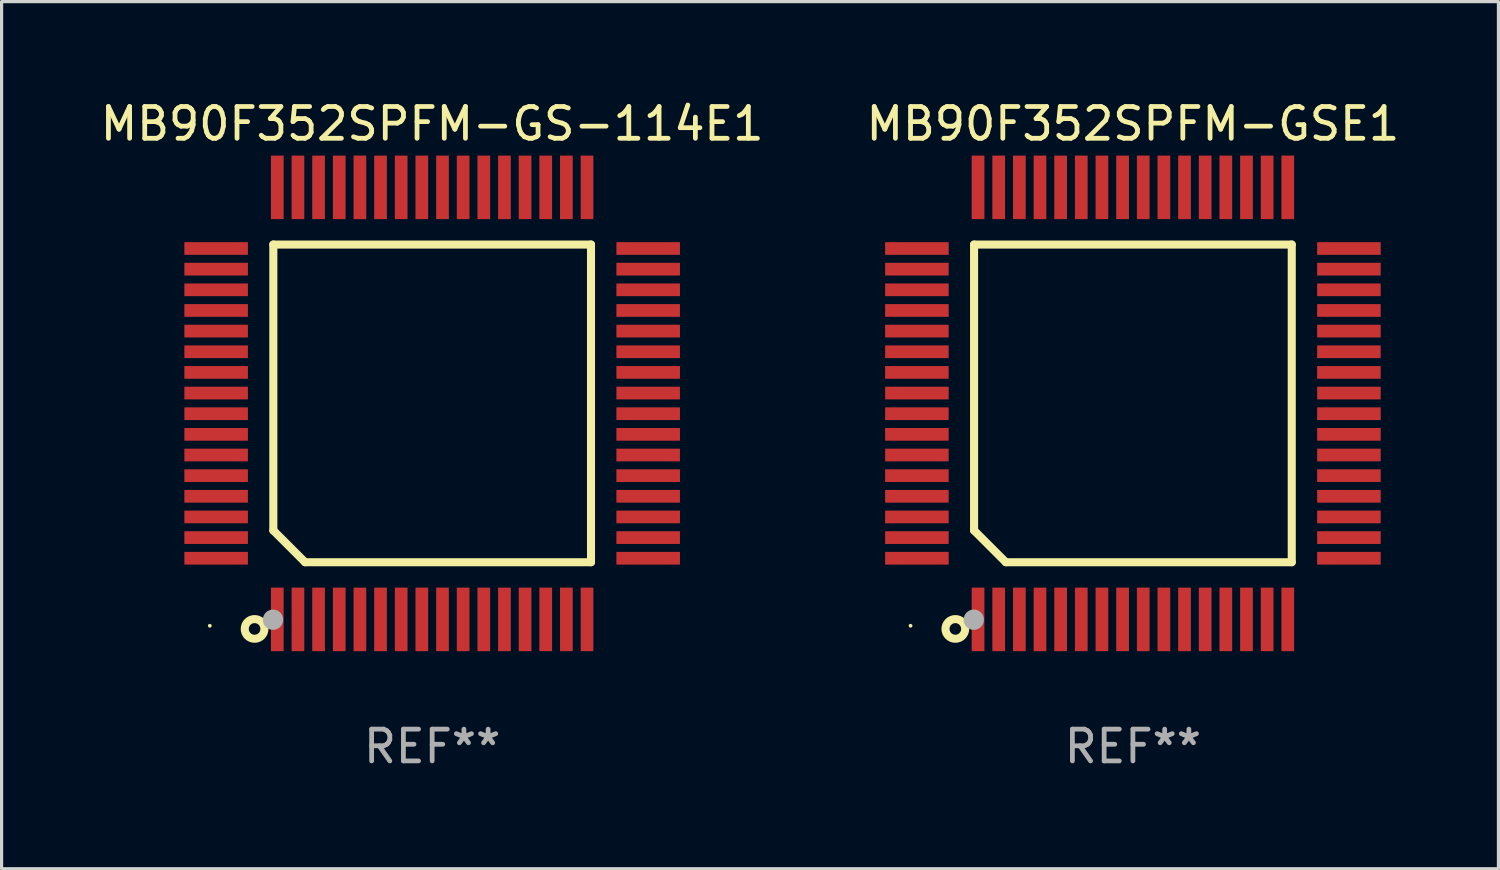
<source format=kicad_pcb>
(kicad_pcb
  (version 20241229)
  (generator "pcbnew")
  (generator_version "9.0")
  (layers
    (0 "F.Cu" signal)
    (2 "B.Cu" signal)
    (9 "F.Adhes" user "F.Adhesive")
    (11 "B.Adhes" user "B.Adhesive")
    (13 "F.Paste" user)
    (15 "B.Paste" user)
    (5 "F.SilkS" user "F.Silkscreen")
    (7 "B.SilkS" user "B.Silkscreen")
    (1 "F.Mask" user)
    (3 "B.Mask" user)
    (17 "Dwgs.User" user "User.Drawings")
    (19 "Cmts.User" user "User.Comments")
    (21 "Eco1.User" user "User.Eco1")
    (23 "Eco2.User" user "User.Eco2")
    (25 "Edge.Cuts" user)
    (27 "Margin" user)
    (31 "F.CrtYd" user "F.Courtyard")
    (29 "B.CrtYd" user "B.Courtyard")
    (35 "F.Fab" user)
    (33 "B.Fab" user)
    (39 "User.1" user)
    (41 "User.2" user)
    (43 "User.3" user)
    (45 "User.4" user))
  (footprint "MB90F352SPFM-GSE1"
    (layer "F.Cu")
    (at 32.613 9.648)
    (property "Reference" "MB90F352SPFM-GSE1" (at 0 -8.8 0) (layer "F.SilkS") (effects (font (size 1 1) (thickness 0.15))))
    (attr through_hole)
    (fp_line (start -5 -5) (end 5 -5) (stroke (width 0.254) (type solid)) (layer "F.SilkS"))
    (fp_line (start -5 4) (end -5 -5) (stroke (width 0.254) (type solid)) (layer "F.SilkS"))
    (fp_line (start -4 5) (end -5 4) (stroke (width 0.254) (type solid)) (layer "F.SilkS"))
    (fp_line (start 5 -5) (end 5 5) (stroke (width 0.254) (type solid)) (layer "F.SilkS"))
    (fp_line (start 5 5) (end -4 5) (stroke (width 0.254) (type solid)) (layer "F.SilkS"))
    (fp_circle (center -7 7) (end -6.97 7) (stroke (width 0.06) (type solid)) (fill no) (layer "F.SilkS"))
    (fp_circle (center -5.59 7.1) (end -5.28 7.1) (stroke (width 0.254) (type solid)) (fill no) (layer "F.SilkS"))
    (fp_circle (center -5.01 6.81) (end -4.85 6.81) (stroke (width 0.32) (type solid)) (fill no) (layer "F.Fab"))
    (fp_text user "REF**" (at 0 10.8 0) (layer "F.Fab") (effects (font (size 1 1) (thickness 0.15))))
    (pad "1" smd rect (at -4.875 6.8) (size 0.4 2) (layers "F.Cu" "F.Mask" "F.Paste"))
    (pad "2" smd rect (at -4.225 6.8) (size 0.4 2) (layers "F.Cu" "F.Mask" "F.Paste"))
    (pad "3" smd rect (at -3.575 6.8) (size 0.4 2) (layers "F.Cu" "F.Mask" "F.Paste"))
    (pad "4" smd rect (at -2.925 6.8) (size 0.4 2) (layers "F.Cu" "F.Mask" "F.Paste"))
    (pad "5" smd rect (at -2.275 6.8) (size 0.4 2) (layers "F.Cu" "F.Mask" "F.Paste"))
    (pad "6" smd rect (at -1.625 6.8) (size 0.4 2) (layers "F.Cu" "F.Mask" "F.Paste"))
    (pad "7" smd rect (at -0.975 6.8) (size 0.4 2) (layers "F.Cu" "F.Mask" "F.Paste"))
    (pad "8" smd rect (at -0.325 6.8) (size 0.4 2) (layers "F.Cu" "F.Mask" "F.Paste"))
    (pad "9" smd rect (at 0.325 6.8) (size 0.4 2) (layers "F.Cu" "F.Mask" "F.Paste"))
    (pad "10" smd rect (at 0.975 6.8) (size 0.4 2) (layers "F.Cu" "F.Mask" "F.Paste"))
    (pad "11" smd rect (at 1.625 6.8) (size 0.4 2) (layers "F.Cu" "F.Mask" "F.Paste"))
    (pad "12" smd rect (at 2.275 6.8) (size 0.4 2) (layers "F.Cu" "F.Mask" "F.Paste"))
    (pad "13" smd rect (at 2.925 6.8) (size 0.4 2) (layers "F.Cu" "F.Mask" "F.Paste"))
    (pad "14" smd rect (at 3.575 6.8) (size 0.4 2) (layers "F.Cu" "F.Mask" "F.Paste"))
    (pad "15" smd rect (at 4.225 6.8) (size 0.4 2) (layers "F.Cu" "F.Mask" "F.Paste"))
    (pad "16" smd rect (at 4.875 6.8) (size 0.4 2) (layers "F.Cu" "F.Mask" "F.Paste"))
    (pad "17" smd rect (at 6.8 4.875) (size 2 0.4) (layers "F.Cu" "F.Mask" "F.Paste"))
    (pad "18" smd rect (at 6.8 4.225) (size 2 0.4) (layers "F.Cu" "F.Mask" "F.Paste"))
    (pad "19" smd rect (at 6.8 3.575) (size 2 0.4) (layers "F.Cu" "F.Mask" "F.Paste"))
    (pad "20" smd rect (at 6.8 2.925) (size 2 0.4) (layers "F.Cu" "F.Mask" "F.Paste"))
    (pad "21" smd rect (at 6.8 2.275) (size 2 0.4) (layers "F.Cu" "F.Mask" "F.Paste"))
    (pad "22" smd rect (at 6.8 1.625) (size 2 0.4) (layers "F.Cu" "F.Mask" "F.Paste"))
    (pad "23" smd rect (at 6.8 0.975) (size 2 0.4) (layers "F.Cu" "F.Mask" "F.Paste"))
    (pad "24" smd rect (at 6.8 0.325) (size 2 0.4) (layers "F.Cu" "F.Mask" "F.Paste"))
    (pad "25" smd rect (at 6.8 -0.325) (size 2 0.4) (layers "F.Cu" "F.Mask" "F.Paste"))
    (pad "26" smd rect (at 6.8 -0.975) (size 2 0.4) (layers "F.Cu" "F.Mask" "F.Paste"))
    (pad "27" smd rect (at 6.8 -1.625) (size 2 0.4) (layers "F.Cu" "F.Mask" "F.Paste"))
    (pad "28" smd rect (at 6.8 -2.275) (size 2 0.4) (layers "F.Cu" "F.Mask" "F.Paste"))
    (pad "29" smd rect (at 6.8 -2.925) (size 2 0.4) (layers "F.Cu" "F.Mask" "F.Paste"))
    (pad "30" smd rect (at 6.8 -3.575) (size 2 0.4) (layers "F.Cu" "F.Mask" "F.Paste"))
    (pad "31" smd rect (at 6.8 -4.225) (size 2 0.4) (layers "F.Cu" "F.Mask" "F.Paste"))
    (pad "32" smd rect (at 6.8 -4.875) (size 2 0.4) (layers "F.Cu" "F.Mask" "F.Paste"))
    (pad "33" smd rect (at 4.875 -6.8) (size 0.4 2) (layers "F.Cu" "F.Mask" "F.Paste"))
    (pad "34" smd rect (at 4.225 -6.8) (size 0.4 2) (layers "F.Cu" "F.Mask" "F.Paste"))
    (pad "35" smd rect (at 3.575 -6.8) (size 0.4 2) (layers "F.Cu" "F.Mask" "F.Paste"))
    (pad "36" smd rect (at 2.925 -6.8) (size 0.4 2) (layers "F.Cu" "F.Mask" "F.Paste"))
    (pad "37" smd rect (at 2.275 -6.8) (size 0.4 2) (layers "F.Cu" "F.Mask" "F.Paste"))
    (pad "38" smd rect (at 1.625 -6.8) (size 0.4 2) (layers "F.Cu" "F.Mask" "F.Paste"))
    (pad "39" smd rect (at 0.975 -6.8) (size 0.4 2) (layers "F.Cu" "F.Mask" "F.Paste"))
    (pad "40" smd rect (at 0.325 -6.8) (size 0.4 2) (layers "F.Cu" "F.Mask" "F.Paste"))
    (pad "41" smd rect (at -0.325 -6.8) (size 0.4 2) (layers "F.Cu" "F.Mask" "F.Paste"))
    (pad "42" smd rect (at -0.975 -6.8) (size 0.4 2) (layers "F.Cu" "F.Mask" "F.Paste"))
    (pad "43" smd rect (at -1.625 -6.8) (size 0.4 2) (layers "F.Cu" "F.Mask" "F.Paste"))
    (pad "44" smd rect (at -2.275 -6.8) (size 0.4 2) (layers "F.Cu" "F.Mask" "F.Paste"))
    (pad "45" smd rect (at -2.925 -6.8) (size 0.4 2) (layers "F.Cu" "F.Mask" "F.Paste"))
    (pad "46" smd rect (at -3.575 -6.8) (size 0.4 2) (layers "F.Cu" "F.Mask" "F.Paste"))
    (pad "47" smd rect (at -4.225 -6.8) (size 0.4 2) (layers "F.Cu" "F.Mask" "F.Paste"))
    (pad "48" smd rect (at -4.875 -6.8) (size 0.4 2) (layers "F.Cu" "F.Mask" "F.Paste"))
    (pad "49" smd rect (at -6.8 -4.875) (size 2 0.4) (layers "F.Cu" "F.Mask" "F.Paste"))
    (pad "50" smd rect (at -6.8 -4.225) (size 2 0.4) (layers "F.Cu" "F.Mask" "F.Paste"))
    (pad "51" smd rect (at -6.8 -3.575) (size 2 0.4) (layers "F.Cu" "F.Mask" "F.Paste"))
    (pad "52" smd rect (at -6.8 -2.925) (size 2 0.4) (layers "F.Cu" "F.Mask" "F.Paste"))
    (pad "53" smd rect (at -6.8 -2.275) (size 2 0.4) (layers "F.Cu" "F.Mask" "F.Paste"))
    (pad "54" smd rect (at -6.8 -1.625) (size 2 0.4) (layers "F.Cu" "F.Mask" "F.Paste"))
    (pad "55" smd rect (at -6.8 -0.975) (size 2 0.4) (layers "F.Cu" "F.Mask" "F.Paste"))
    (pad "56" smd rect (at -6.8 -0.325) (size 2 0.4) (layers "F.Cu" "F.Mask" "F.Paste"))
    (pad "57" smd rect (at -6.8 0.325) (size 2 0.4) (layers "F.Cu" "F.Mask" "F.Paste"))
    (pad "58" smd rect (at -6.8 0.975) (size 2 0.4) (layers "F.Cu" "F.Mask" "F.Paste"))
    (pad "59" smd rect (at -6.8 1.625) (size 2 0.4) (layers "F.Cu" "F.Mask" "F.Paste"))
    (pad "60" smd rect (at -6.8 2.275) (size 2 0.4) (layers "F.Cu" "F.Mask" "F.Paste"))
    (pad "61" smd rect (at -6.8 2.925) (size 2 0.4) (layers "F.Cu" "F.Mask" "F.Paste"))
    (pad "62" smd rect (at -6.8 3.575) (size 2 0.4) (layers "F.Cu" "F.Mask" "F.Paste"))
    (pad "63" smd rect (at -6.8 4.225) (size 2 0.4) (layers "F.Cu" "F.Mask" "F.Paste"))
    (pad "64" smd rect (at -6.8 4.875) (size 2 0.4) (layers "F.Cu" "F.Mask" "F.Paste")))
  (footprint "MB90F352SPFM-GS-114E1"
    (layer "F.Cu")
    (at 10.554 9.648)
    (property "Reference" "MB90F352SPFM-GS-114E1" (at 0 -8.8 0) (layer "F.SilkS") (effects (font (size 1 1) (thickness 0.15))))
    (attr through_hole)
    (fp_line (start -5 -5) (end 5 -5) (stroke (width 0.254) (type solid)) (layer "F.SilkS"))
    (fp_line (start -5 4) (end -5 -5) (stroke (width 0.254) (type solid)) (layer "F.SilkS"))
    (fp_line (start -4 5) (end -5 4) (stroke (width 0.254) (type solid)) (layer "F.SilkS"))
    (fp_line (start 5 -5) (end 5 5) (stroke (width 0.254) (type solid)) (layer "F.SilkS"))
    (fp_line (start 5 5) (end -4 5) (stroke (width 0.254) (type solid)) (layer "F.SilkS"))
    (fp_circle (center -7 7) (end -6.97 7) (stroke (width 0.06) (type solid)) (fill no) (layer "F.SilkS"))
    (fp_circle (center -5.59 7.1) (end -5.28 7.1) (stroke (width 0.254) (type solid)) (fill no) (layer "F.SilkS"))
    (fp_circle (center -5.01 6.81) (end -4.85 6.81) (stroke (width 0.32) (type solid)) (fill no) (layer "F.Fab"))
    (fp_text user "REF**" (at 0 10.8 0) (layer "F.Fab") (effects (font (size 1 1) (thickness 0.15))))
    (pad "1" smd rect (at -4.875 6.8) (size 0.4 2) (layers "F.Cu" "F.Mask" "F.Paste"))
    (pad "2" smd rect (at -4.225 6.8) (size 0.4 2) (layers "F.Cu" "F.Mask" "F.Paste"))
    (pad "3" smd rect (at -3.575 6.8) (size 0.4 2) (layers "F.Cu" "F.Mask" "F.Paste"))
    (pad "4" smd rect (at -2.925 6.8) (size 0.4 2) (layers "F.Cu" "F.Mask" "F.Paste"))
    (pad "5" smd rect (at -2.275 6.8) (size 0.4 2) (layers "F.Cu" "F.Mask" "F.Paste"))
    (pad "6" smd rect (at -1.625 6.8) (size 0.4 2) (layers "F.Cu" "F.Mask" "F.Paste"))
    (pad "7" smd rect (at -0.975 6.8) (size 0.4 2) (layers "F.Cu" "F.Mask" "F.Paste"))
    (pad "8" smd rect (at -0.325 6.8) (size 0.4 2) (layers "F.Cu" "F.Mask" "F.Paste"))
    (pad "9" smd rect (at 0.325 6.8) (size 0.4 2) (layers "F.Cu" "F.Mask" "F.Paste"))
    (pad "10" smd rect (at 0.975 6.8) (size 0.4 2) (layers "F.Cu" "F.Mask" "F.Paste"))
    (pad "11" smd rect (at 1.625 6.8) (size 0.4 2) (layers "F.Cu" "F.Mask" "F.Paste"))
    (pad "12" smd rect (at 2.275 6.8) (size 0.4 2) (layers "F.Cu" "F.Mask" "F.Paste"))
    (pad "13" smd rect (at 2.925 6.8) (size 0.4 2) (layers "F.Cu" "F.Mask" "F.Paste"))
    (pad "14" smd rect (at 3.575 6.8) (size 0.4 2) (layers "F.Cu" "F.Mask" "F.Paste"))
    (pad "15" smd rect (at 4.225 6.8) (size 0.4 2) (layers "F.Cu" "F.Mask" "F.Paste"))
    (pad "16" smd rect (at 4.875 6.8) (size 0.4 2) (layers "F.Cu" "F.Mask" "F.Paste"))
    (pad "17" smd rect (at 6.8 4.875) (size 2 0.4) (layers "F.Cu" "F.Mask" "F.Paste"))
    (pad "18" smd rect (at 6.8 4.225) (size 2 0.4) (layers "F.Cu" "F.Mask" "F.Paste"))
    (pad "19" smd rect (at 6.8 3.575) (size 2 0.4) (layers "F.Cu" "F.Mask" "F.Paste"))
    (pad "20" smd rect (at 6.8 2.925) (size 2 0.4) (layers "F.Cu" "F.Mask" "F.Paste"))
    (pad "21" smd rect (at 6.8 2.275) (size 2 0.4) (layers "F.Cu" "F.Mask" "F.Paste"))
    (pad "22" smd rect (at 6.8 1.625) (size 2 0.4) (layers "F.Cu" "F.Mask" "F.Paste"))
    (pad "23" smd rect (at 6.8 0.975) (size 2 0.4) (layers "F.Cu" "F.Mask" "F.Paste"))
    (pad "24" smd rect (at 6.8 0.325) (size 2 0.4) (layers "F.Cu" "F.Mask" "F.Paste"))
    (pad "25" smd rect (at 6.8 -0.325) (size 2 0.4) (layers "F.Cu" "F.Mask" "F.Paste"))
    (pad "26" smd rect (at 6.8 -0.975) (size 2 0.4) (layers "F.Cu" "F.Mask" "F.Paste"))
    (pad "27" smd rect (at 6.8 -1.625) (size 2 0.4) (layers "F.Cu" "F.Mask" "F.Paste"))
    (pad "28" smd rect (at 6.8 -2.275) (size 2 0.4) (layers "F.Cu" "F.Mask" "F.Paste"))
    (pad "29" smd rect (at 6.8 -2.925) (size 2 0.4) (layers "F.Cu" "F.Mask" "F.Paste"))
    (pad "30" smd rect (at 6.8 -3.575) (size 2 0.4) (layers "F.Cu" "F.Mask" "F.Paste"))
    (pad "31" smd rect (at 6.8 -4.225) (size 2 0.4) (layers "F.Cu" "F.Mask" "F.Paste"))
    (pad "32" smd rect (at 6.8 -4.875) (size 2 0.4) (layers "F.Cu" "F.Mask" "F.Paste"))
    (pad "33" smd rect (at 4.875 -6.8) (size 0.4 2) (layers "F.Cu" "F.Mask" "F.Paste"))
    (pad "34" smd rect (at 4.225 -6.8) (size 0.4 2) (layers "F.Cu" "F.Mask" "F.Paste"))
    (pad "35" smd rect (at 3.575 -6.8) (size 0.4 2) (layers "F.Cu" "F.Mask" "F.Paste"))
    (pad "36" smd rect (at 2.925 -6.8) (size 0.4 2) (layers "F.Cu" "F.Mask" "F.Paste"))
    (pad "37" smd rect (at 2.275 -6.8) (size 0.4 2) (layers "F.Cu" "F.Mask" "F.Paste"))
    (pad "38" smd rect (at 1.625 -6.8) (size 0.4 2) (layers "F.Cu" "F.Mask" "F.Paste"))
    (pad "39" smd rect (at 0.975 -6.8) (size 0.4 2) (layers "F.Cu" "F.Mask" "F.Paste"))
    (pad "40" smd rect (at 0.325 -6.8) (size 0.4 2) (layers "F.Cu" "F.Mask" "F.Paste"))
    (pad "41" smd rect (at -0.325 -6.8) (size 0.4 2) (layers "F.Cu" "F.Mask" "F.Paste"))
    (pad "42" smd rect (at -0.975 -6.8) (size 0.4 2) (layers "F.Cu" "F.Mask" "F.Paste"))
    (pad "43" smd rect (at -1.625 -6.8) (size 0.4 2) (layers "F.Cu" "F.Mask" "F.Paste"))
    (pad "44" smd rect (at -2.275 -6.8) (size 0.4 2) (layers "F.Cu" "F.Mask" "F.Paste"))
    (pad "45" smd rect (at -2.925 -6.8) (size 0.4 2) (layers "F.Cu" "F.Mask" "F.Paste"))
    (pad "46" smd rect (at -3.575 -6.8) (size 0.4 2) (layers "F.Cu" "F.Mask" "F.Paste"))
    (pad "47" smd rect (at -4.225 -6.8) (size 0.4 2) (layers "F.Cu" "F.Mask" "F.Paste"))
    (pad "48" smd rect (at -4.875 -6.8) (size 0.4 2) (layers "F.Cu" "F.Mask" "F.Paste"))
    (pad "49" smd rect (at -6.8 -4.875) (size 2 0.4) (layers "F.Cu" "F.Mask" "F.Paste"))
    (pad "50" smd rect (at -6.8 -4.225) (size 2 0.4) (layers "F.Cu" "F.Mask" "F.Paste"))
    (pad "51" smd rect (at -6.8 -3.575) (size 2 0.4) (layers "F.Cu" "F.Mask" "F.Paste"))
    (pad "52" smd rect (at -6.8 -2.925) (size 2 0.4) (layers "F.Cu" "F.Mask" "F.Paste"))
    (pad "53" smd rect (at -6.8 -2.275) (size 2 0.4) (layers "F.Cu" "F.Mask" "F.Paste"))
    (pad "54" smd rect (at -6.8 -1.625) (size 2 0.4) (layers "F.Cu" "F.Mask" "F.Paste"))
    (pad "55" smd rect (at -6.8 -0.975) (size 2 0.4) (layers "F.Cu" "F.Mask" "F.Paste"))
    (pad "56" smd rect (at -6.8 -0.325) (size 2 0.4) (layers "F.Cu" "F.Mask" "F.Paste"))
    (pad "57" smd rect (at -6.8 0.325) (size 2 0.4) (layers "F.Cu" "F.Mask" "F.Paste"))
    (pad "58" smd rect (at -6.8 0.975) (size 2 0.4) (layers "F.Cu" "F.Mask" "F.Paste"))
    (pad "59" smd rect (at -6.8 1.625) (size 2 0.4) (layers "F.Cu" "F.Mask" "F.Paste"))
    (pad "60" smd rect (at -6.8 2.275) (size 2 0.4) (layers "F.Cu" "F.Mask" "F.Paste"))
    (pad "61" smd rect (at -6.8 2.925) (size 2 0.4) (layers "F.Cu" "F.Mask" "F.Paste"))
    (pad "62" smd rect (at -6.8 3.575) (size 2 0.4) (layers "F.Cu" "F.Mask" "F.Paste"))
    (pad "63" smd rect (at -6.8 4.225) (size 2 0.4) (layers "F.Cu" "F.Mask" "F.Paste"))
    (pad "64" smd rect (at -6.8 4.875) (size 2 0.4) (layers "F.Cu" "F.Mask" "F.Paste")))
  (gr_rect
    (start -3 -3)
    (end 44.119 24.297)
    (stroke (width 0.1) (type default))
    (fill no)
    (layer "Edge.Cuts")))
</source>
